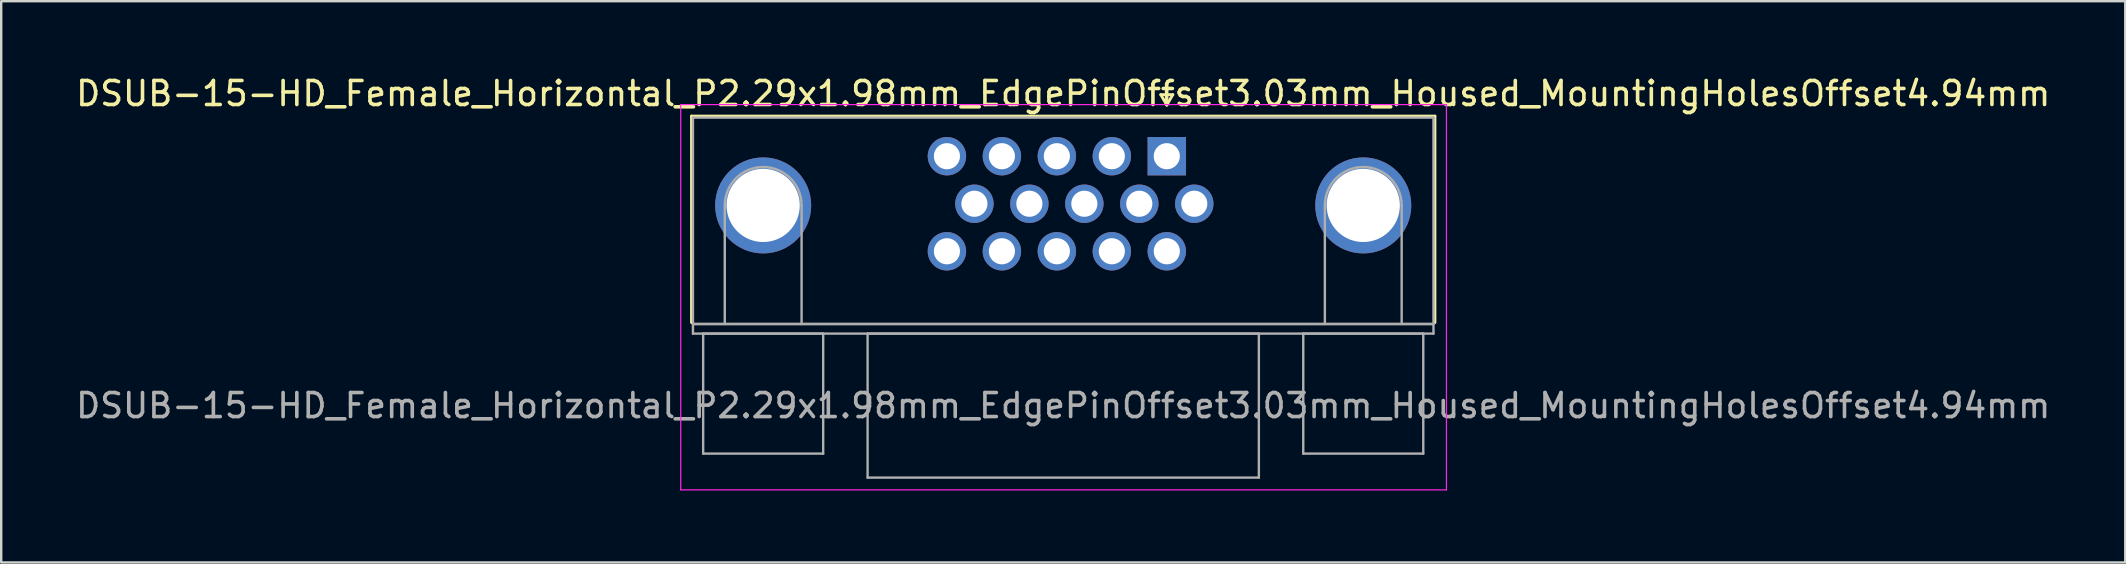
<source format=kicad_pcb>
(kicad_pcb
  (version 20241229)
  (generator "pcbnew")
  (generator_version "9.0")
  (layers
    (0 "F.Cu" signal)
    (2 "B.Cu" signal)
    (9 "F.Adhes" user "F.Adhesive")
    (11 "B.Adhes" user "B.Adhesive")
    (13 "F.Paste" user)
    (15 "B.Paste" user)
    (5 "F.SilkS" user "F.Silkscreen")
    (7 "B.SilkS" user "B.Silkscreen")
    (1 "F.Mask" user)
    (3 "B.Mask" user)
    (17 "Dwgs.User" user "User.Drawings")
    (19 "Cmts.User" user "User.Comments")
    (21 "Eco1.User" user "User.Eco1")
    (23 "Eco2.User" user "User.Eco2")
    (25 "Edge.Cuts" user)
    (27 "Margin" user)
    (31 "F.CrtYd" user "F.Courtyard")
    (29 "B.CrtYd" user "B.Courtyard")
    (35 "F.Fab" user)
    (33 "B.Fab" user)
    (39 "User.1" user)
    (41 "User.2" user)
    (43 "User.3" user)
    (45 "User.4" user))
  (footprint "DSUB-15-HD_Female_Horizontal_P2.29x1.98mm_EdgePinOffset3.03mm_Housed_MountingHolesOffset4.94mm"
    (layer "F.Cu")
    (at 45.559 3.458)
    (property "Reference" "DSUB-15-HD_Female_Horizontal_P2.29x1.98mm_EdgePinOffset3.03mm_Housed_MountingHolesOffset4.94mm" (at -4.315 -2.61 0) (layer "F.SilkS") (effects (font (size 1 1) (thickness 0.15))))
    (attr through_hole)
    (fp_line (start -19.8 -1.67) (end 11.17 -1.67) (stroke (width 0.12) (type solid)) (layer "F.SilkS"))
    (fp_line (start -19.8 6.93) (end -19.8 -1.67) (stroke (width 0.12) (type solid)) (layer "F.SilkS"))
    (fp_line (start -0.25 -2.564) (end 0.25 -2.564) (stroke (width 0.12) (type solid)) (layer "F.SilkS"))
    (fp_line (start 0 -2.131) (end -0.25 -2.564) (stroke (width 0.12) (type solid)) (layer "F.SilkS"))
    (fp_line (start 0.25 -2.564) (end 0 -2.131) (stroke (width 0.12) (type solid)) (layer "F.SilkS"))
    (fp_line (start 11.17 -1.67) (end 11.17 6.93) (stroke (width 0.12) (type solid)) (layer "F.SilkS"))
    (fp_line (start -20.25 -2.15) (end -20.25 13.9) (stroke (width 0.05) (type solid)) (layer "F.CrtYd"))
    (fp_line (start -20.25 13.9) (end 11.65 13.9) (stroke (width 0.05) (type solid)) (layer "F.CrtYd"))
    (fp_line (start 11.65 -2.15) (end -20.25 -2.15) (stroke (width 0.05) (type solid)) (layer "F.CrtYd"))
    (fp_line (start 11.65 13.9) (end 11.65 -2.15) (stroke (width 0.05) (type solid)) (layer "F.CrtYd"))
    (fp_line (start -19.74 -1.61) (end -19.74 6.99) (stroke (width 0.1) (type solid)) (layer "F.Fab"))
    (fp_line (start -19.74 6.99) (end -19.74 7.39) (stroke (width 0.1) (type solid)) (layer "F.Fab"))
    (fp_line (start -19.74 6.99) (end 11.11 6.99) (stroke (width 0.1) (type solid)) (layer "F.Fab"))
    (fp_line (start -19.74 7.39) (end 11.11 7.39) (stroke (width 0.1) (type solid)) (layer "F.Fab"))
    (fp_line (start -19.315 7.39) (end -19.315 12.39) (stroke (width 0.1) (type solid)) (layer "F.Fab"))
    (fp_line (start -19.315 12.39) (end -14.315 12.39) (stroke (width 0.1) (type solid)) (layer "F.Fab"))
    (fp_line (start -18.415 6.99) (end -18.415 2.05) (stroke (width 0.1) (type solid)) (layer "F.Fab"))
    (fp_line (start -15.215 6.99) (end -15.215 2.05) (stroke (width 0.1) (type solid)) (layer "F.Fab"))
    (fp_line (start -14.315 7.39) (end -19.315 7.39) (stroke (width 0.1) (type solid)) (layer "F.Fab"))
    (fp_line (start -14.315 12.39) (end -14.315 7.39) (stroke (width 0.1) (type solid)) (layer "F.Fab"))
    (fp_line (start -12.465 7.39) (end -12.465 13.39) (stroke (width 0.1) (type solid)) (layer "F.Fab"))
    (fp_line (start -12.465 13.39) (end 3.835 13.39) (stroke (width 0.1) (type solid)) (layer "F.Fab"))
    (fp_line (start 3.835 7.39) (end -12.465 7.39) (stroke (width 0.1) (type solid)) (layer "F.Fab"))
    (fp_line (start 3.835 13.39) (end 3.835 7.39) (stroke (width 0.1) (type solid)) (layer "F.Fab"))
    (fp_line (start 5.685 7.39) (end 5.685 12.39) (stroke (width 0.1) (type solid)) (layer "F.Fab"))
    (fp_line (start 5.685 12.39) (end 10.685 12.39) (stroke (width 0.1) (type solid)) (layer "F.Fab"))
    (fp_line (start 6.585 6.99) (end 6.585 2.05) (stroke (width 0.1) (type solid)) (layer "F.Fab"))
    (fp_line (start 9.785 6.99) (end 9.785 2.05) (stroke (width 0.1) (type solid)) (layer "F.Fab"))
    (fp_line (start 10.685 7.39) (end 5.685 7.39) (stroke (width 0.1) (type solid)) (layer "F.Fab"))
    (fp_line (start 10.685 12.39) (end 10.685 7.39) (stroke (width 0.1) (type solid)) (layer "F.Fab"))
    (fp_line (start 11.11 -1.61) (end -19.74 -1.61) (stroke (width 0.1) (type solid)) (layer "F.Fab"))
    (fp_line (start 11.11 6.99) (end -19.74 6.99) (stroke (width 0.1) (type solid)) (layer "F.Fab"))
    (fp_line (start 11.11 6.99) (end 11.11 -1.61) (stroke (width 0.1) (type solid)) (layer "F.Fab"))
    (fp_line (start 11.11 7.39) (end 11.11 6.99) (stroke (width 0.1) (type solid)) (layer "F.Fab"))
    (fp_arc (start -18.415 2.05) (mid -16.815 0.45) (end -15.215 2.05) (stroke (width 0.1) (type solid)) (layer "F.Fab"))
    (fp_arc (start 6.585 2.05) (mid 8.185 0.45) (end 9.785 2.05) (stroke (width 0.1) (type solid)) (layer "F.Fab"))
    (fp_text user "${REFERENCE}" (at -4.315 10.39 0) (layer "F.Fab") (effects (font (size 1 1) (thickness 0.15))))
    (pad "0" thru_hole circle (at -16.815 2.05) (size 4 4) (drill 3.05) (layers "*.Cu" "*.Mask"))
    (pad "0" thru_hole circle (at 8.185 2.05) (size 4 4) (drill 3.05) (layers "*.Cu" "*.Mask"))
    (pad "1" thru_hole rect (at 0 0) (size 1.6 1.6) (drill 1.09) (layers "*.Cu" "*.Mask"))
    (pad "2" thru_hole circle (at -2.29 0) (size 1.6 1.6) (drill 1.09) (layers "*.Cu" "*.Mask"))
    (pad "3" thru_hole circle (at -4.58 0) (size 1.6 1.6) (drill 1.09) (layers "*.Cu" "*.Mask"))
    (pad "4" thru_hole circle (at -6.87 0) (size 1.6 1.6) (drill 1.09) (layers "*.Cu" "*.Mask"))
    (pad "5" thru_hole circle (at -9.16 0) (size 1.6 1.6) (drill 1.09) (layers "*.Cu" "*.Mask"))
    (pad "6" thru_hole circle (at 1.145 1.98) (size 1.6 1.6) (drill 1.09) (layers "*.Cu" "*.Mask"))
    (pad "7" thru_hole circle (at -1.145 1.98) (size 1.6 1.6) (drill 1.09) (layers "*.Cu" "*.Mask"))
    (pad "8" thru_hole circle (at -3.435 1.98) (size 1.6 1.6) (drill 1.09) (layers "*.Cu" "*.Mask"))
    (pad "9" thru_hole circle (at -5.725 1.98) (size 1.6 1.6) (drill 1.09) (layers "*.Cu" "*.Mask"))
    (pad "10" thru_hole circle (at -8.015 1.98) (size 1.6 1.6) (drill 1.09) (layers "*.Cu" "*.Mask"))
    (pad "11" thru_hole circle (at 0 3.96) (size 1.6 1.6) (drill 1.09) (layers "*.Cu" "*.Mask"))
    (pad "12" thru_hole circle (at -2.29 3.96) (size 1.6 1.6) (drill 1.09) (layers "*.Cu" "*.Mask"))
    (pad "13" thru_hole circle (at -4.58 3.96) (size 1.6 1.6) (drill 1.09) (layers "*.Cu" "*.Mask"))
    (pad "14" thru_hole circle (at -6.87 3.96) (size 1.6 1.6) (drill 1.09) (layers "*.Cu" "*.Mask"))
    (pad "15" thru_hole circle (at -9.16 3.96) (size 1.6 1.6) (drill 1.09) (layers "*.Cu" "*.Mask")))
  (gr_rect
    (start -3 -3)
    (end 85.488 20.383)
    (stroke (width 0.1) (type default))
    (fill no)
    (layer "Edge.Cuts")))
</source>
